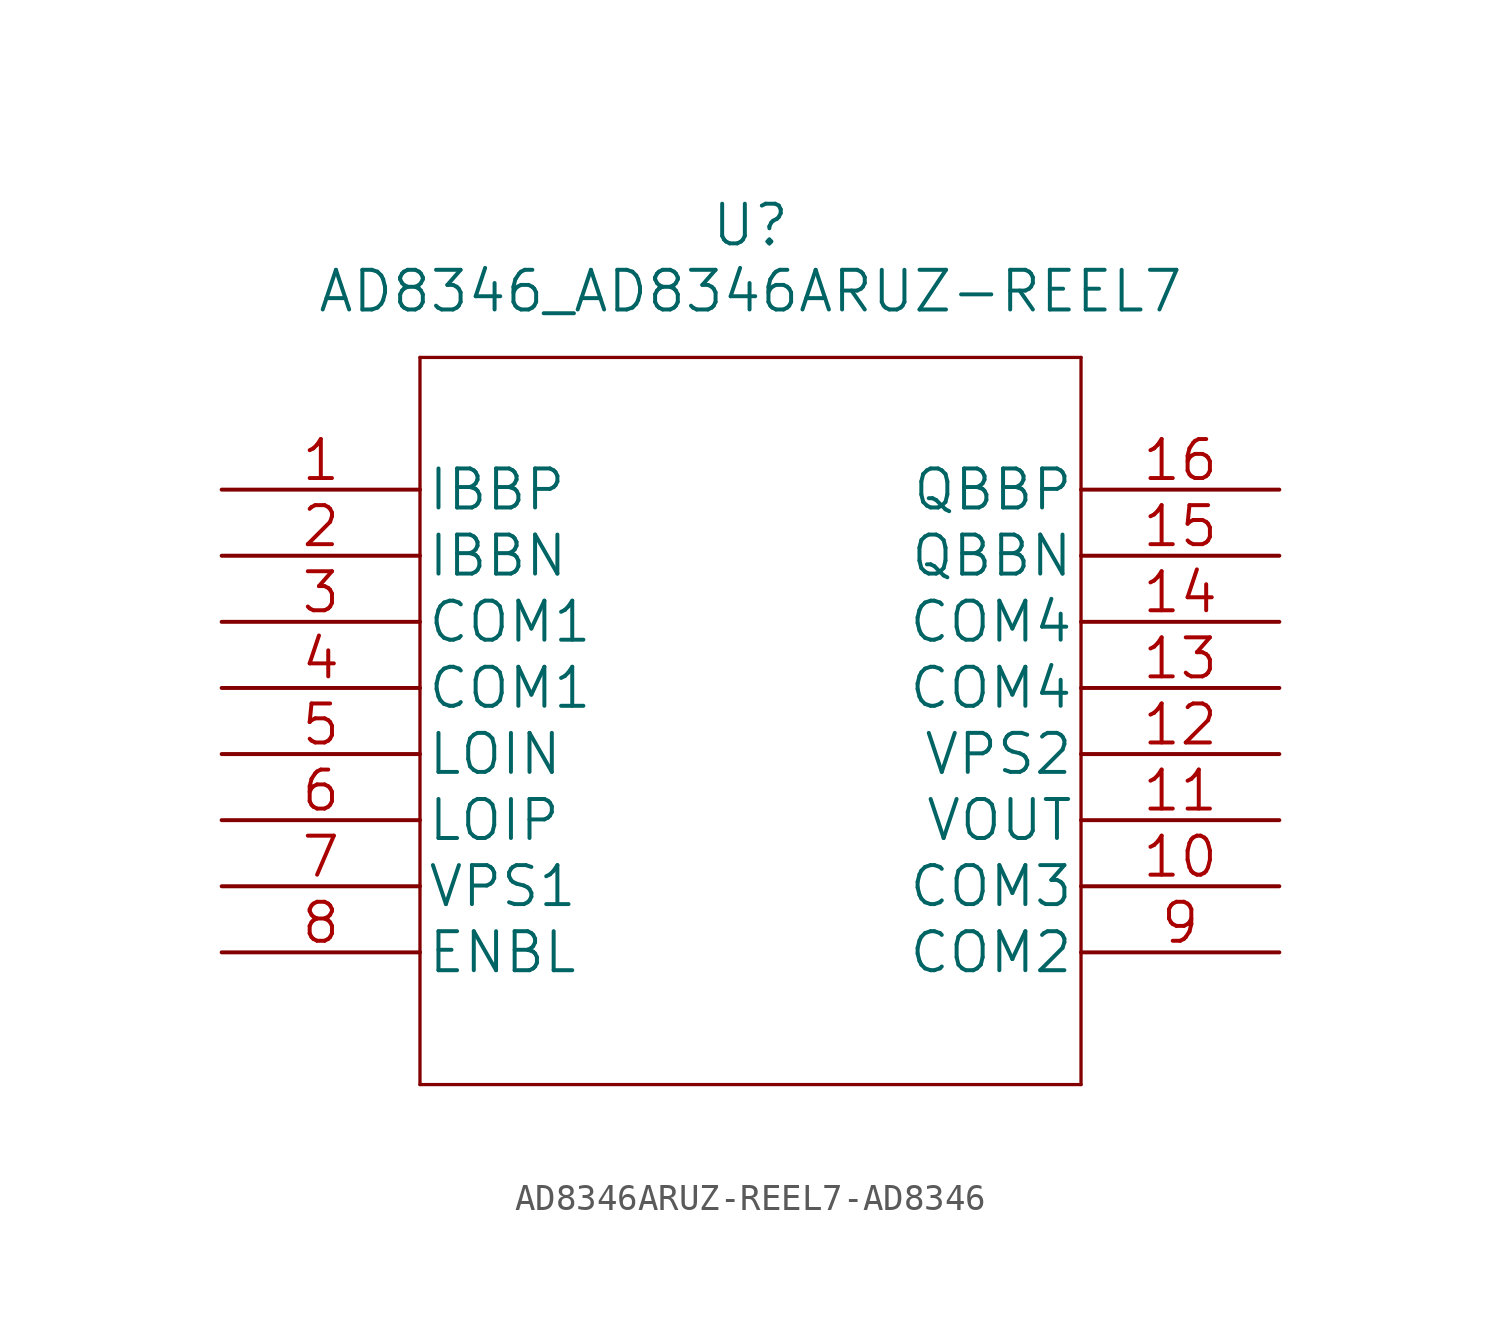
<source format=kicad_sym>
(kicad_symbol_lib
  (version 20231120)
  (generator "kicad_symbol_editor")
  (generator_version "8.0")
  (symbol "AD8346ARUZ-REEL7-AD8346"
    (pin_names
      (offset 0.254))
    (property "Reference" "U"
      (at 20.32 10.16 0)
      (effects (font (size 1.524 1.524))))
    (property "Value" "AD8346_AD8346ARUZ-REEL7"
      (at 20.32 7.62 0)
      (effects (font (size 1.524 1.524))))
    (property "Datasheet" ""
      (at 0 0 0)
      (effects (font (size 1.524 1.524))))
    (symbol "AD8346ARUZ-REEL7-AD8346_1_1"
      (polyline (pts (xy 7.62 -22.86) (xy 33.02 -22.86)) (stroke (width 0.127) (type solid)) (fill (type none)))
      (polyline (pts (xy 7.62 5.08) (xy 7.62 -22.86)) (stroke (width 0.127) (type solid)) (fill (type none)))
      (polyline (pts (xy 33.02 -22.86) (xy 33.02 5.08)) (stroke (width 0.127) (type solid)) (fill (type none)))
      (polyline (pts (xy 33.02 5.08) (xy 7.62 5.08)) (stroke (width 0.127) (type solid)) (fill (type none)))
      (pin unspecified line (at 0 0 0) (length 7.62) (name "IBBP" (effects (font (size 1.499 1.499)))) (number "1" (effects (font (size 1.499 1.499)))))
      (pin unspecified line (at 40.64 -15.24 180) (length 7.62) (name "COM3" (effects (font (size 1.499 1.499)))) (number "10" (effects (font (size 1.499 1.499)))))
      (pin unspecified line (at 40.64 -12.7 180) (length 7.62) (name "VOUT" (effects (font (size 1.499 1.499)))) (number "11" (effects (font (size 1.499 1.499)))))
      (pin power_in line (at 40.64 -10.16 180) (length 7.62) (name "VPS2" (effects (font (size 1.499 1.499)))) (number "12" (effects (font (size 1.499 1.499)))))
      (pin unspecified line (at 40.64 -7.62 180) (length 7.62) (name "COM4" (effects (font (size 1.499 1.499)))) (number "13" (effects (font (size 1.499 1.499)))))
      (pin unspecified line (at 40.64 -5.08 180) (length 7.62) (name "COM4" (effects (font (size 1.499 1.499)))) (number "14" (effects (font (size 1.499 1.499)))))
      (pin unspecified line (at 40.64 -2.54 180) (length 7.62) (name "QBBN" (effects (font (size 1.499 1.499)))) (number "15" (effects (font (size 1.499 1.499)))))
      (pin unspecified line (at 40.64 0 180) (length 7.62) (name "QBBP" (effects (font (size 1.499 1.499)))) (number "16" (effects (font (size 1.499 1.499)))))
      (pin unspecified line (at 0 -2.54 0) (length 7.62) (name "IBBN" (effects (font (size 1.499 1.499)))) (number "2" (effects (font (size 1.499 1.499)))))
      (pin unspecified line (at 0 -5.08 0) (length 7.62) (name "COM1" (effects (font (size 1.499 1.499)))) (number "3" (effects (font (size 1.499 1.499)))))
      (pin unspecified line (at 0 -7.62 0) (length 7.62) (name "COM1" (effects (font (size 1.499 1.499)))) (number "4" (effects (font (size 1.499 1.499)))))
      (pin unspecified line (at 0 -10.16 0) (length 7.62) (name "LOIN" (effects (font (size 1.499 1.499)))) (number "5" (effects (font (size 1.499 1.499)))))
      (pin unspecified line (at 0 -12.7 0) (length 7.62) (name "LOIP" (effects (font (size 1.499 1.499)))) (number "6" (effects (font (size 1.499 1.499)))))
      (pin power_in line (at 0 -15.24 0) (length 7.62) (name "VPS1" (effects (font (size 1.499 1.499)))) (number "7" (effects (font (size 1.499 1.499)))))
      (pin unspecified line (at 0 -17.78 0) (length 7.62) (name "ENBL" (effects (font (size 1.499 1.499)))) (number "8" (effects (font (size 1.499 1.499)))))
      (pin unspecified line (at 40.64 -17.78 180) (length 7.62) (name "COM2" (effects (font (size 1.499 1.499)))) (number "9" (effects (font (size 1.499 1.499))))))))
</source>
